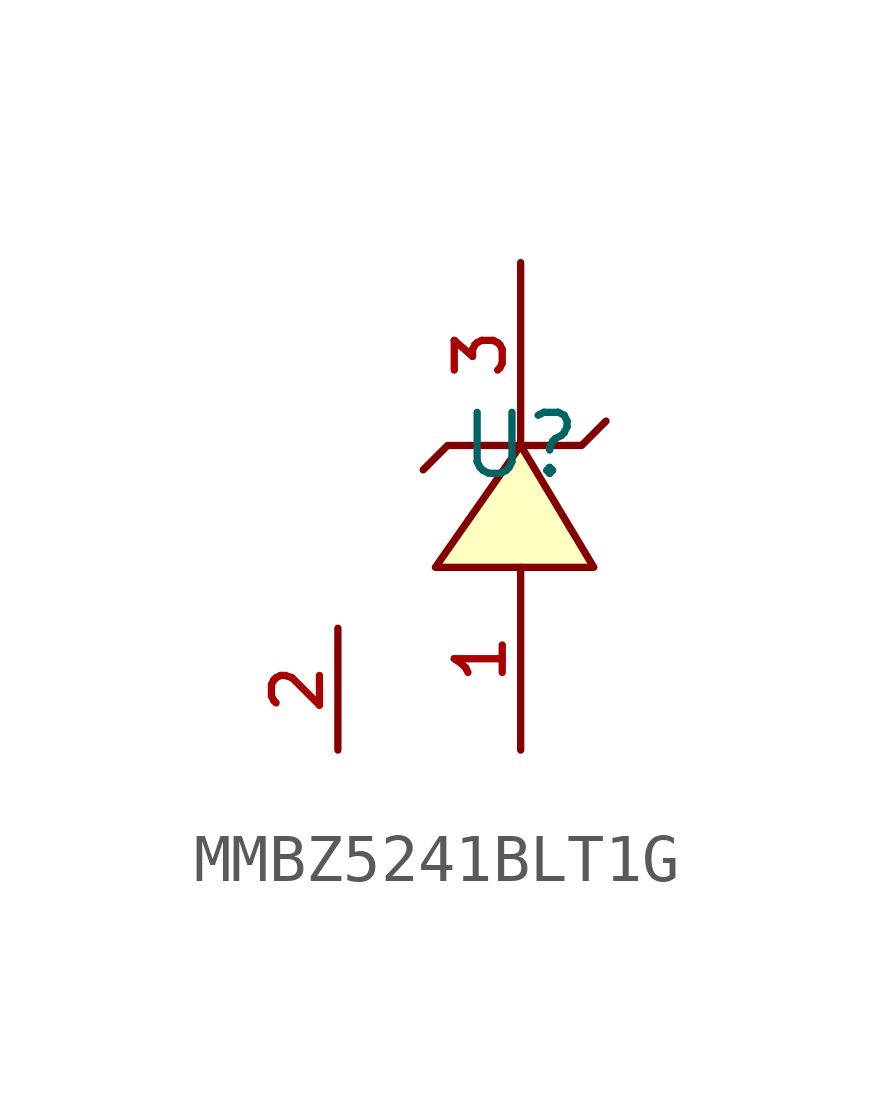
<source format=kicad_sym>
(kicad_symbol_lib
  (version 20210201)
  (generator TousstNicolas/JLC2KiCad_lib)
  (symbol "MMBZ5241BLT1G"
    (pin_names hide)
    (property "Reference" "U"
      (at 0 1.27 0)
      (effects (font (size 1.27 1.27))))
    (symbol "MMBZ5241BLT1G_0_1"
      (polyline (pts (xy -2.032 0.762) (xy -1.524 1.27) (xy 1.27 1.27) (xy 1.778 1.778)) (stroke (width 0) (type default) (color 0 0 0 0)) (fill (type none)))
      (polyline (pts (xy 1.524 -1.27) (xy 0.0 1.27) (xy -1.778 -1.27) (xy 1.524 -1.27)) (stroke (width 0) (type default) (color 0 0 0 0)) (fill (type background)))
      (pin unspecified line (at 0.0 5.08 270) (length 3.81) (name "C" (effects (font (size 1 1)))) (number "3" (effects (font (size 1 1)))))
      (pin unspecified line (at 0.0 -5.08 90) (length 3.81) (name "A" (effects (font (size 1 1)))) (number "1" (effects (font (size 1 1)))))
      (pin unspecified line (at -3.81 -5.08 90) (length 2.54) (name "NC" (effects (font (size 1 1)))) (number "2" (effects (font (size 1 1))))))))
</source>
